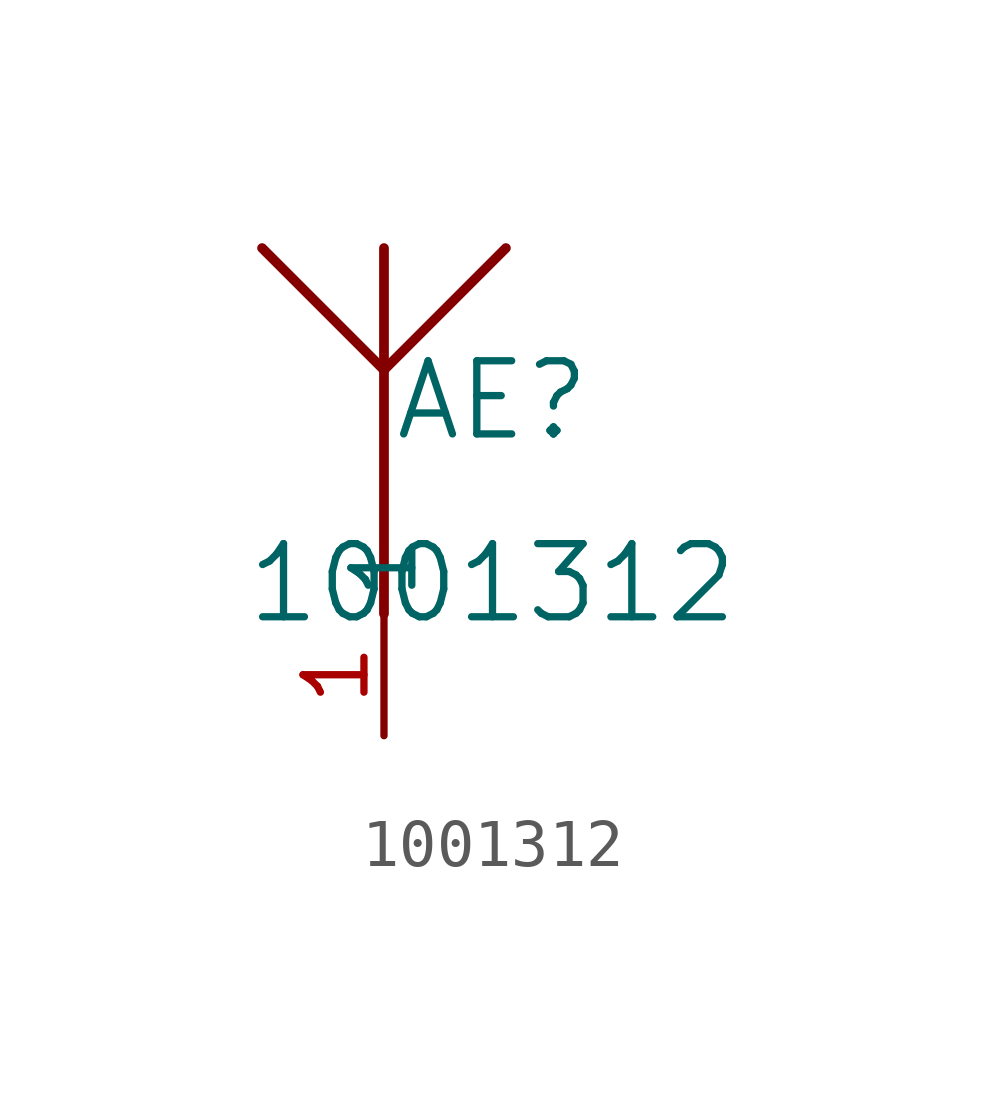
<source format=kicad_sym>
(kicad_symbol_lib
  (version 20211014)
  (generator kicad_symbol_editor)
  (symbol "1001312"
    (pin_names
      (offset 0.254))
    (property "Reference" "AE"
      (at 2.261 6.985 0)
      (effects (font (size 1.524 1.524))))
    (property "Value" "1001312"
      (at 2.261 3.175 0)
      (effects (font (size 1.524 1.524))))
    (symbol "1001312_0_1"
      (polyline (pts (xy 0 7.62) (xy 0 2.54)) (stroke (width 0.203) (type default) (color 0 0 0 0)) (fill (type none)))
      (polyline (pts (xy -2.54 10.16) (xy 0 7.62)) (stroke (width 0.203) (type default) (color 0 0 0 0)) (fill (type none)))
      (polyline (pts (xy 0 10.16) (xy 0 7.62)) (stroke (width 0.203) (type default) (color 0 0 0 0)) (fill (type none)))
      (polyline (pts (xy 0 7.62) (xy 2.54 10.16)) (stroke (width 0.203) (type default) (color 0 0 0 0)) (fill (type none)))
      (pin unspecified line (at 0 0 90) (length 2.54) (name "1" (effects (font (size 1.27 1.27)))) (number "1" (effects (font (size 1.27 1.27))))))))
</source>
